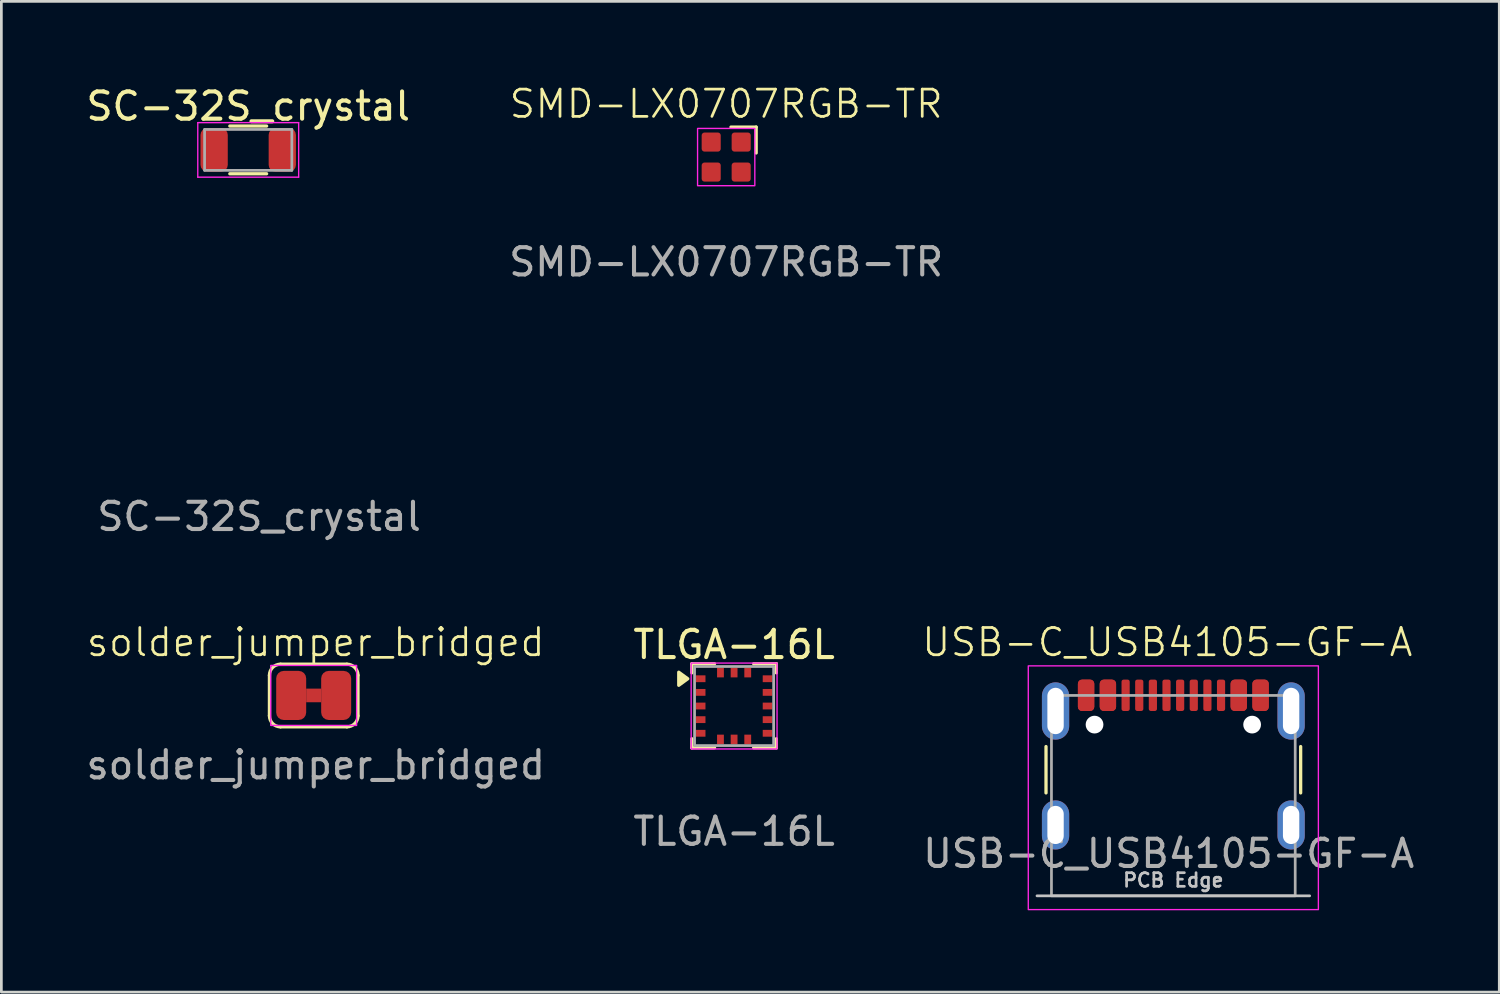
<source format=kicad_pcb>
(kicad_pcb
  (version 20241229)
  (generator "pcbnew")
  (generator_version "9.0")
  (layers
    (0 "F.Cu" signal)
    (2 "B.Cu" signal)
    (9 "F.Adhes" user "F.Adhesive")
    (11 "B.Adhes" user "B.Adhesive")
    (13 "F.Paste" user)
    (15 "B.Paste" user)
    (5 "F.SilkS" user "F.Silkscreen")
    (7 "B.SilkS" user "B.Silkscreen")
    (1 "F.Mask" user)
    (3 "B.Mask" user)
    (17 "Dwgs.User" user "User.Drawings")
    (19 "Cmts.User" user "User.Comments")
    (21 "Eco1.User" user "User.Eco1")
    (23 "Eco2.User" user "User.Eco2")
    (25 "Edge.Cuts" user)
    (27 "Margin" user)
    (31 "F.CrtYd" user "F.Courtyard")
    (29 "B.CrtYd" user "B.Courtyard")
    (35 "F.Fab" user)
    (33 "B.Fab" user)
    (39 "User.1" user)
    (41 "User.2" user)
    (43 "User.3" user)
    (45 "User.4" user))
  (footprint "solder_jumper_bridged"
    (layer "F.Cu")
    (at 8.53 22.507)
    (property "Reference" "solder_jumper_bridged" (at 0 -2 0) (unlocked yes) (layer "F.SilkS") (effects (font (size 1 1) (thickness 0.1))))
    (attr smd)
    (fp_rect (start -0.35 -0.3) (end 0.2 0.2) (stroke (width 0) (type solid)) (fill yes) (layer "F.Cu"))
    (fp_rect (start -0.35 -0.65) (end 0.2 0.55) (stroke (width 0) (type solid)) (fill yes) (layer "F.Mask"))
    (fp_line (start -1.698 0.696) (end -1.698 -0.79) (stroke (width 0.12) (type default)) (layer "F.SilkS"))
    (fp_line (start -1.292 -1.196) (end 1.144 -1.196) (stroke (width 0.12) (type default)) (layer "F.SilkS"))
    (fp_line (start 1.144 1.102) (end -1.292 1.102) (stroke (width 0.12) (type default)) (layer "F.SilkS"))
    (fp_line (start 1.55 -0.79) (end 1.55 0.696) (stroke (width 0.12) (type default)) (layer "F.SilkS"))
    (fp_arc (start -1.697868 -0.79) (mid -1.578934 -1.077131) (end -1.291803 -1.196065) (stroke (width 0.12) (type default)) (layer "F.SilkS"))
    (fp_arc (start -1.291803 1.101803) (mid -1.578934 0.982869) (end -1.697868 0.695738) (stroke (width 0.12) (type default)) (layer "F.SilkS"))
    (fp_arc (start 1.143935 -1.196065) (mid 1.431065 -1.07713) (end 1.55 -0.79) (stroke (width 0.12) (type default)) (layer "F.SilkS"))
    (fp_arc (start 1.55 0.695738) (mid 1.431066 0.982869) (end 1.143935 1.101803) (stroke (width 0.12) (type default)) (layer "F.SilkS"))
    (fp_rect (start -1.65 -1.15) (end 1.5 1.05) (stroke (width 0.05) (type solid)) (fill no) (layer "F.CrtYd"))
    (fp_text user "${REFERENCE}" (at 0 2.5 0) (unlocked yes) (layer "F.Fab") (effects (font (size 1 1) (thickness 0.15))))
    (pad "1" smd roundrect (at -0.9 -0.05 90) (size 1.8 1.1) (layers "F.Cu" "F.Mask") (roundrect_rratio 0.25))
    (pad "2" smd roundrect (at 0.75 -0.05 270) (size 1.8 1.1) (layers "F.Cu" "F.Mask") (roundrect_rratio 0.25)))
  (footprint "USB-C_USB4105-GF-A"
    (layer "F.Cu")
    (at 39.765 25.757)
    (property "Reference" "USB-C_USB4105-GF-A" (at 0 -5.25 0) (unlocked yes) (layer "F.SilkS") (effects (font (size 1 1) (thickness 0.1))))
    (attr smd)
    (fp_line (start -4.45 0.275) (end -4.45 -1.425) (stroke (width 0.12) (type solid)) (layer "F.SilkS"))
    (fp_line (start 4.89 0.275) (end 4.89 -1.425) (stroke (width 0.12) (type solid)) (layer "F.SilkS"))
    (fp_line (start 5.22 4.05) (end -4.78 4.05) (stroke (width 0.1) (type solid)) (layer "Dwgs.User"))
    (fp_rect (start -5.1 -4.385) (end 5.54 4.555) (stroke (width 0.05) (type solid)) (fill no) (layer "F.CrtYd"))
    (fp_rect (start -4.25 -3.3) (end 4.69 4.05) (stroke (width 0.1) (type solid)) (fill no) (layer "F.Fab"))
    (fp_text user "PCB Edge" (at 0.22 3.475 0) (unlocked yes) (layer "Dwgs.User") (effects (font (size 0.5 0.5) (thickness 0.1))))
    (fp_text user "${REFERENCE}" (at 0.05 2.5 0) (unlocked yes) (layer "F.Fab") (effects (font (size 1 1) (thickness 0.15))))
    (pad "" np_thru_hole circle (at -2.67 -2.23) (size 0.65 0.65) (drill 0.65) (layers "*.Cu" "*.Mask"))
    (pad "" np_thru_hole circle (at 3.11 -2.23) (size 0.65 0.65) (drill 0.65) (layers "*.Cu" "*.Mask"))
    (pad "A1" smd roundrect (at -2.98 -3.305) (size 0.6 1.15) (layers "F.Cu" "F.Mask" "F.Paste") (roundrect_rratio 0.25))
    (pad "A4" smd roundrect (at -2.18 -3.305) (size 0.6 1.15) (layers "F.Cu" "F.Mask" "F.Paste") (roundrect_rratio 0.25))
    (pad "A5" smd roundrect (at -1.03 -3.305) (size 0.3 1.15) (layers "F.Cu" "F.Mask" "F.Paste") (roundrect_rratio 0.25))
    (pad "A6" smd roundrect (at -0.03 -3.305) (size 0.3 1.15) (layers "F.Cu" "F.Mask" "F.Paste") (roundrect_rratio 0.25))
    (pad "A7" smd roundrect (at 0.47 -3.305) (size 0.3 1.15) (layers "F.Cu" "F.Mask" "F.Paste") (roundrect_rratio 0.25))
    (pad "A8" smd roundrect (at 1.47 -3.305) (size 0.3 1.15) (layers "F.Cu" "F.Mask" "F.Paste") (roundrect_rratio 0.25))
    (pad "A9" smd roundrect (at 2.62 -3.305) (size 0.6 1.15) (layers "F.Cu" "F.Mask" "F.Paste") (roundrect_rratio 0.25))
    (pad "A12" smd roundrect (at 3.42 -3.305) (size 0.6 1.15) (layers "F.Cu" "F.Mask" "F.Paste") (roundrect_rratio 0.25))
    (pad "B1" smd roundrect (at 3.42 -3.305) (size 0.6 1.15) (layers "F.Cu" "F.Mask" "F.Paste") (roundrect_rratio 0.25))
    (pad "B4" smd roundrect (at 2.62 -3.305) (size 0.6 1.15) (layers "F.Cu" "F.Mask" "F.Paste") (roundrect_rratio 0.25))
    (pad "B5" smd roundrect (at 1.97 -3.305) (size 0.3 1.15) (layers "F.Cu" "F.Mask" "F.Paste") (roundrect_rratio 0.25))
    (pad "B6" smd roundrect (at 0.97 -3.305) (size 0.3 1.15) (layers "F.Cu" "F.Mask" "F.Paste") (roundrect_rratio 0.25))
    (pad "B7" smd roundrect (at -0.53 -3.305) (size 0.3 1.15) (layers "F.Cu" "F.Mask" "F.Paste") (roundrect_rratio 0.25))
    (pad "B8" smd roundrect (at -1.53 -3.305) (size 0.3 1.15) (layers "F.Cu" "F.Mask" "F.Paste") (roundrect_rratio 0.25))
    (pad "B9" smd roundrect (at -2.18 -3.305) (size 0.6 1.15) (layers "F.Cu" "F.Mask" "F.Paste") (roundrect_rratio 0.25))
    (pad "B12" smd roundrect (at -2.98 -3.305) (size 0.6 1.15) (layers "F.Cu" "F.Mask" "F.Paste") (roundrect_rratio 0.25))
    (pad "S1" thru_hole oval (at -4.1 -2.73) (size 1 2.1) (drill oval 0.6 1.7) (layers "*.Cu" "*.Mask" "F.Paste"))
    (pad "S1" thru_hole oval (at -4.1 1.45) (size 1 1.8) (drill oval 0.6 1.4) (layers "*.Cu" "*.Mask" "F.Paste"))
    (pad "S1" thru_hole oval (at 4.54 -2.73) (size 1 2.1) (drill oval 0.6 1.7) (layers "*.Cu" "*.Mask" "F.Paste"))
    (pad "S1" thru_hole oval (at 4.54 1.45) (size 1 1.8) (drill oval 0.6 1.4) (layers "*.Cu" "*.Mask" "F.Paste")))
  (footprint "TLGA-16L"
    (layer "F.Cu")
    (at 23.875 22.845)
    (property "Reference" "TLGA-16L" (at 0 -2.25 0) (unlocked yes) (layer "F.SilkS") (effects (font (size 1 1) (thickness 0.15))))
    (attr smd)
    (fp_line (start -1.55 -1.55) (end -1.55 -1.217) (stroke (width 0.12) (type solid)) (layer "F.SilkS"))
    (fp_line (start -1.55 1.2) (end -1.55 1.533) (stroke (width 0.12) (type solid)) (layer "F.SilkS"))
    (fp_line (start -1.55 1.533) (end -0.717 1.533) (stroke (width 0.12) (type solid)) (layer "F.SilkS"))
    (fp_line (start -0.717 -1.55) (end -1.55 -1.55) (stroke (width 0.12) (type solid)) (layer "F.SilkS"))
    (fp_line (start 0.717 1.533) (end 1.55 1.533) (stroke (width 0.12) (type solid)) (layer "F.SilkS"))
    (fp_line (start 1.55 -1.55) (end 0.717 -1.55) (stroke (width 0.12) (type solid)) (layer "F.SilkS"))
    (fp_line (start 1.55 -1.217) (end 1.55 -1.55) (stroke (width 0.12) (type solid)) (layer "F.SilkS"))
    (fp_line (start 1.55 1.533) (end 1.55 1.2) (stroke (width 0.12) (type solid)) (layer "F.SilkS"))
    (fp_poly (pts (xy -1.7 -1) (xy -2.03 -0.76) (xy -2.03 -1.24) (xy -1.7 -1)) (stroke (width 0.12) (type solid)) (fill yes) (layer "F.SilkS"))
    (fp_rect (start -1.575 -1.575) (end 1.575 1.575) (stroke (width 0.05) (type default)) (fill no) (layer "F.CrtYd"))
    (fp_rect (start -1.45 -1.45) (end 1.45 1.45) (stroke (width 0.1) (type default)) (fill no) (layer "F.Fab"))
    (fp_text user "${REFERENCE}" (at 0 4.6 0) (unlocked yes) (layer "F.Fab") (effects (font (size 1 1) (thickness 0.15))))
    (pad "1" smd rect (at -1.225 -1 90) (size 0.25 0.35) (layers "F.Cu" "F.Mask" "F.Paste"))
    (pad "2" smd rect (at -1.225 -0.5 90) (size 0.25 0.35) (layers "F.Cu" "F.Mask" "F.Paste"))
    (pad "3" smd rect (at -1.225 0 90) (size 0.25 0.35) (layers "F.Cu" "F.Mask" "F.Paste"))
    (pad "4" smd rect (at -1.225 0.5 90) (size 0.25 0.35) (layers "F.Cu" "F.Mask" "F.Paste"))
    (pad "5" smd rect (at -1.225 1 90) (size 0.25 0.35) (layers "F.Cu" "F.Mask" "F.Paste"))
    (pad "6" smd rect (at -0.5 1.225 180) (size 0.25 0.35) (layers "F.Cu" "F.Mask" "F.Paste"))
    (pad "7" smd rect (at 0 1.225 180) (size 0.25 0.35) (layers "F.Cu" "F.Mask" "F.Paste"))
    (pad "8" smd rect (at 0.5 1.225 180) (size 0.25 0.35) (layers "F.Cu" "F.Mask" "F.Paste"))
    (pad "9" smd rect (at 1.225 1 90) (size 0.25 0.35) (layers "F.Cu" "F.Mask" "F.Paste"))
    (pad "10" smd rect (at 1.225 0.5 90) (size 0.25 0.35) (layers "F.Cu" "F.Mask" "F.Paste"))
    (pad "11" smd rect (at 1.225 0 90) (size 0.25 0.35) (layers "F.Cu" "F.Mask" "F.Paste"))
    (pad "12" smd rect (at 1.225 -0.5 90) (size 0.25 0.35) (layers "F.Cu" "F.Mask" "F.Paste"))
    (pad "13" smd rect (at 1.225 -1 90) (size 0.25 0.35) (layers "F.Cu" "F.Mask" "F.Paste"))
    (pad "14" smd rect (at 0.5 -1.225 180) (size 0.25 0.35) (layers "F.Cu" "F.Mask" "F.Paste"))
    (pad "15" smd rect (at 0 -1.225 180) (size 0.25 0.35) (layers "F.Cu" "F.Mask" "F.Paste"))
    (pad "16" smd rect (at -0.5 -1.225 180) (size 0.25 0.35) (layers "F.Cu" "F.Mask" "F.Paste")))
  (footprint "SMD-LX0707RGB-TR"
    (layer "F.Cu")
    (at 23.585 2.711)
    (property "Reference" "SMD-LX0707RGB-TR" (at 0 -1.95 0) (unlocked yes) (layer "F.SilkS") (effects (font (size 1 1) (thickness 0.1))))
    (attr smd)
    (fp_line (start 0.175 -1.1) (end 1.1 -1.1) (stroke (width 0.12) (type solid)) (layer "F.SilkS"))
    (fp_line (start 1.1 -1.1) (end 1.1 -0.15) (stroke (width 0.12) (type solid)) (layer "F.SilkS"))
    (fp_rect (start -1.05 -1.05) (end 1.05 1.05) (stroke (width 0.05) (type solid)) (fill no) (layer "F.CrtYd"))
    (fp_text user "${REFERENCE}" (at 0 3.85 0) (unlocked yes) (layer "F.Fab") (effects (font (size 1 1) (thickness 0.15))))
    (pad "1" smd roundrect (at 0.55 -0.55) (size 0.7 0.7) (layers "F.Cu" "F.Mask" "F.Paste") (roundrect_rratio 0.15))
    (pad "2" smd roundrect (at 0.55 0.55) (size 0.7 0.7) (layers "F.Cu" "F.Mask" "F.Paste") (roundrect_rratio 0.15))
    (pad "3" smd roundrect (at -0.55 0.55) (size 0.7 0.7) (layers "F.Cu" "F.Mask" "F.Paste") (roundrect_rratio 0.15))
    (pad "4" smd roundrect (at -0.55 -0.55) (size 0.7 0.7) (layers "F.Cu" "F.Mask" "F.Paste") (roundrect_rratio 0.15)))
  (footprint "SC-32S_crystal"
    (layer "F.Cu")
    (at 6.054 2.448)
    (property "Reference" "SC-32S_crystal" (at 0 -1.6 0) (unlocked yes) (layer "F.SilkS") (effects (font (size 1 1) (thickness 0.15))))
    (attr smd)
    (fp_line (start -0.675 -0.875) (end 0.675 -0.875) (stroke (width 0.12) (type solid)) (layer "F.SilkS"))
    (fp_line (start -0.675 0.875) (end 0.675 0.875) (stroke (width 0.12) (type solid)) (layer "F.SilkS"))
    (fp_line (start -1.85 -1) (end -1.85 1) (stroke (width 0.05) (type solid)) (layer "F.CrtYd"))
    (fp_line (start -1.85 -1) (end 1.85 -1) (stroke (width 0.05) (type solid)) (layer "F.CrtYd"))
    (fp_line (start -1.85 1) (end 1.85 1) (stroke (width 0.05) (type solid)) (layer "F.CrtYd"))
    (fp_line (start 1.85 -1) (end 1.85 1) (stroke (width 0.05) (type solid)) (layer "F.CrtYd"))
    (fp_line (start -1.6 -0.75) (end -1.6 0.75) (stroke (width 0.1) (type solid)) (layer "F.Fab"))
    (fp_line (start -1.6 -0.75) (end 1.6 -0.75) (stroke (width 0.1) (type solid)) (layer "F.Fab"))
    (fp_line (start -1.6 0.75) (end 1.6 0.75) (stroke (width 0.1) (type solid)) (layer "F.Fab"))
    (fp_line (start 1.6 -0.75) (end 1.6 0.75) (stroke (width 0.1) (type solid)) (layer "F.Fab"))
    (fp_text user "${REFERENCE}" (at 0.4 13.45 0) (layer "F.Fab") (effects (font (size 1 1) (thickness 0.15))))
    (pad "1" smd roundrect (at 1.25 0) (size 1 1.6) (layers "F.Cu" "F.Mask" "F.Paste") (roundrect_rratio 0.25))
    (pad "2" smd roundrect (at -1.25 0) (size 1 1.6) (layers "F.Cu" "F.Mask" "F.Paste") (roundrect_rratio 0.25)))
  (gr_rect
    (start -3 -3)
    (end 51.94 33.337)
    (stroke (width 0.1) (type default))
    (fill no)
    (layer "Edge.Cuts")))
</source>
